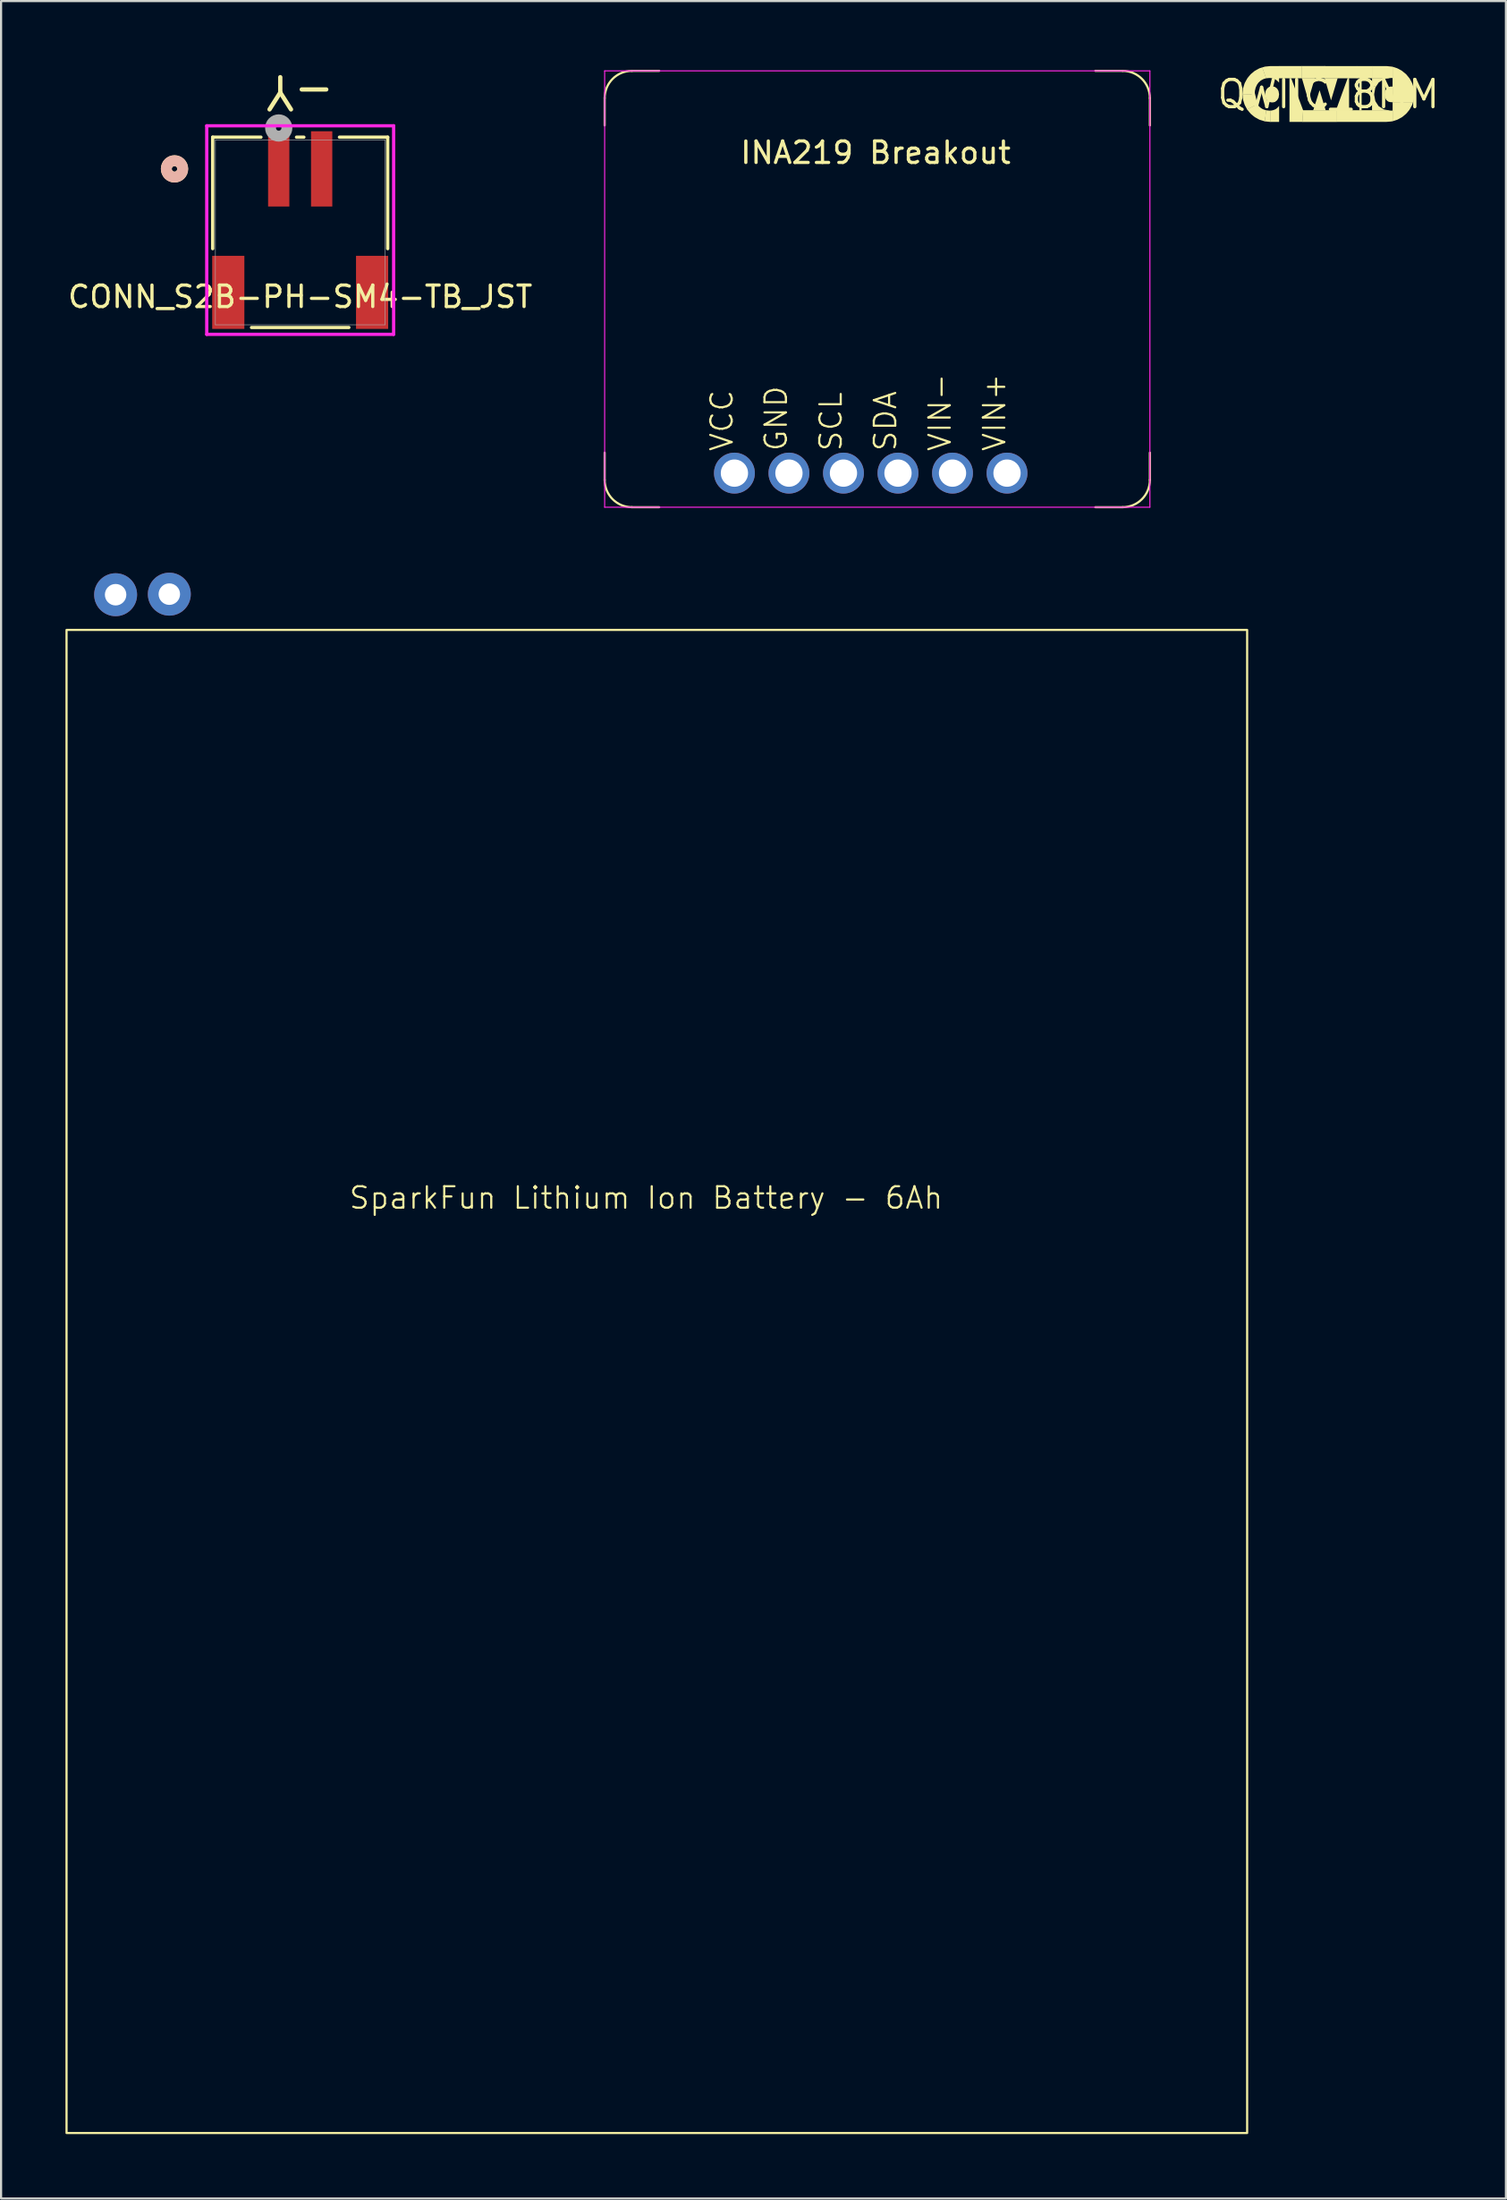
<source format=kicad_pcb>
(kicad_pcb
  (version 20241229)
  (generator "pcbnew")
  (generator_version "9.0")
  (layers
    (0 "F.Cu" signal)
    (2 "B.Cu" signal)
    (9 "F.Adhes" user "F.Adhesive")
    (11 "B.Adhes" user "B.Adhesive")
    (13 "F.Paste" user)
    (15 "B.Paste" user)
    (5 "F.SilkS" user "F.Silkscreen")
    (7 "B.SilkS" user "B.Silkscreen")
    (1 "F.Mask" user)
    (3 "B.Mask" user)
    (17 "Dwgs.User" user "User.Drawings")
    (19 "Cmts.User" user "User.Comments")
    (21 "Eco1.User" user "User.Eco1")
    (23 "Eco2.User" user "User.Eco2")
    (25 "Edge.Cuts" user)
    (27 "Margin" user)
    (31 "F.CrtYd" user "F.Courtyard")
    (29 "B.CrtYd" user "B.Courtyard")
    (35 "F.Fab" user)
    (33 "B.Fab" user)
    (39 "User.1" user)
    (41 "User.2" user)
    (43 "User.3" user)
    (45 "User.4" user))
  (footprint "QWIIC_8MM"
    (layer "F.Cu")
    (at 58.838 1.338)
    (property "Reference" "QWIIC_8MM" (at 0 0 0) (layer "F.SilkS") (effects (font (size 1.27 1.27) (thickness 0.15))))
    (fp_poly (pts (xy 0.121 0.286) (xy -0.179 -0.75) (xy 0.429 -0.75)) (stroke (width 0) (type default)) (fill yes) (layer "F.SilkS"))
    (fp_poly (pts (xy -1.231 -0.741) (xy -2.309 -0.741) (xy -2.309 -1.312) (xy -1.231 -1.312)) (stroke (width 0) (type default)) (fill yes) (layer "F.SilkS"))
    (fp_poly (pts (xy -0.939 0.284) (xy -1.144 -0.424) (xy -1.239 -0.751) (xy -0.637 -0.751)) (stroke (width 0) (type default)) (fill yes) (layer "F.SilkS"))
    (fp_poly (pts (xy -0.407 -0.169) (xy -0.127 0.754) (xy -0.712 0.754) (xy -0.417 -0.179)) (stroke (width 0) (type default)) (fill yes) (layer "F.SilkS"))
    (fp_poly (pts (xy 1.546 0.755) (xy 1.441 0.755) (xy 1.441 -0.752) (xy 1.546 -0.752)) (stroke (width 0) (type default)) (fill yes) (layer "F.SilkS"))
    (fp_poly (pts (xy 2.037 -0.742) (xy 1.315 -0.742) (xy 1.314 -1.311) (xy 2.036 -1.311)) (stroke (width 0) (type default)) (fill yes) (layer "F.SilkS"))
    (fp_poly (pts (xy -0.172 -1.311) (xy 1.325 -1.311) (xy 1.325 -0.741) (xy -0.183 -0.741) (xy -0.183 -1.338)) (stroke (width 0) (type default)) (fill yes) (layer "F.SilkS"))
    (fp_poly (pts (xy 0.371 1.291) (xy -1.218 1.291) (xy -1.19 0.75) (xy -1.186 0.746) (xy 0.371 0.746)) (stroke (width 0) (type default)) (fill yes) (layer "F.SilkS"))
    (fp_poly (pts (xy 0.961 -0.751) (xy 0.961 0.757) (xy 0.347 0.757) (xy 0.894 -0.748) (xy 0.897 -0.752)) (stroke (width 0) (type default)) (fill yes) (layer "F.SilkS"))
    (fp_poly (pts (xy -0.168 -0.742) (xy -1.24 -0.742) (xy -1.24 -1.3) (xy -1.244 -1.3) (xy -1.244 -1.312) (xy -0.173 -1.312)) (stroke (width 0) (type default)) (fill yes) (layer "F.SilkS"))
    (fp_poly (pts (xy -2.746 0.765) (xy -2.705 0.763) (xy -2.705 0.776) (xy -2.706 0.776) (xy -2.706 1.291) (xy -2.973 1.263) (xy -2.905 0.748)) (stroke (width 0) (type default)) (fill yes) (layer "F.SilkS"))
    (fp_poly (pts (xy -1.179 0.75) (xy -1.208 1.29) (xy -1.816 1.29) (xy -1.816 0.74) (xy -1.815 0.467) (xy -1.816 0.111) (xy -1.816 -0.749) (xy -1.737 -0.749)) (stroke (width 0) (type default)) (fill yes) (layer "F.SilkS"))
    (fp_poly (pts (xy 2.996 -0.315) (xy 3.963 -0.316) (xy 3.974 -0.279) (xy 4.002 -0.02) (xy 3.977 0.24) (xy 3.937 0.377) (xy 2.987 0.378) (xy 2.987 -0.32)) (stroke (width 0) (type default)) (fill yes) (layer "F.SilkS"))
    (fp_poly (pts (xy 2.806 -0.741) (xy 2.613 -0.708) (xy 2.562 -0.689) (xy 2.343 -0.547) (xy 2.222 -0.367) (xy 2.03 -0.367) (xy 2.03 -0.747) (xy 2.035 -0.752) (xy 2.805 -0.752)) (stroke (width 0) (type default)) (fill yes) (layer "F.SilkS"))
    (fp_poly (pts (xy 2.942 -1.287) (xy 2.995 -1.276) (xy 2.996 -0.756) (xy 2.92 -0.756) (xy 2.867 -0.752) (xy 2.804 -0.741) (xy 2.027 -0.741) (xy 2.027 -1.311) (xy 2.706 -1.311)) (stroke (width 0) (type default)) (fill yes) (layer "F.SilkS"))
    (fp_poly (pts (xy -3.426 0.164) (xy -3.388 0.313) (xy -3.312 0.469) (xy -3.786 0.715) (xy -3.812 0.666) (xy -3.842 0.612) (xy -3.883 0.537) (xy -3.91 0.478) (xy -3.911 0.475) (xy -3.973 0.277) (xy -3.983 0.221) (xy -4.005 0.011) (xy -3.438 -0.001)) (stroke (width 0) (type default)) (fill yes) (layer "F.SilkS"))
    (fp_poly (pts (xy 2.047 0.745) (xy 2.783 0.745) (xy 2.849 0.756) (xy 2.883 0.761) (xy 2.914 0.762) (xy 3 0.762) (xy 3 1.253) (xy 2.94 1.268) (xy 2.687 1.29) (xy 0.362 1.29) (xy 0.362 0.751) (xy 0.362 0.744) (xy 1.587 0.744)) (stroke (width 0) (type default)) (fill yes) (layer "F.SilkS"))
    (fp_poly (pts (xy 2.997 -1.275) (xy 3.18 -1.218) (xy 3.236 -1.194) (xy 3.42 -1.093) (xy 3.615 -0.935) (xy 3.693 -0.842) (xy 3.782 -0.732) (xy 3.822 -0.661) (xy 3.871 -0.571) (xy 3.907 -0.494) (xy 3.966 -0.306) (xy 2.986 -0.305) (xy 2.987 -0.745) (xy 2.987 -1.285)) (stroke (width 0) (type default)) (fill yes) (layer "F.SilkS"))
    (fp_poly (pts (xy 2.228 -0.377) (xy 2.201 -0.331) (xy 2.178 -0.283) (xy 2.133 -0.025) (xy 2.13 0.026) (xy 2.176 0.284) (xy 2.194 0.337) (xy 2.337 0.556) (xy 2.561 0.697) (xy 2.61 0.715) (xy 2.799 0.747) (xy 2.798 0.758) (xy 2.03 0.758) (xy 2.03 -0.378) (xy 2.037 -0.378)) (stroke (width 0) (type default)) (fill yes) (layer "F.SilkS"))
    (fp_poly (pts (xy 3.9 0.497) (xy 3.827 0.631) (xy 3.799 0.683) (xy 3.77 0.73) (xy 3.727 0.782) (xy 3.639 0.889) (xy 3.604 0.923) (xy 3.566 0.955) (xy 3.436 1.063) (xy 3.244 1.169) (xy 3.196 1.192) (xy 2.989 1.257) (xy 2.989 0.371) (xy 2.993 0.367) (xy 3.94 0.367)) (stroke (width 0) (type default)) (fill yes) (layer "F.SilkS"))
    (fp_poly (pts (xy 2.994 -0.356) (xy 2.997 -0.349) (xy 2.996 0.374) (xy 2.939 0.373) (xy 2.894 0.368) (xy 2.834 0.357) (xy 2.783 0.341) (xy 2.696 0.272) (xy 2.649 0.185) (xy 2.631 0.128) (xy 2.614 0.017) (xy 2.633 -0.135) (xy 2.68 -0.228) (xy 2.716 -0.274) (xy 2.801 -0.336) (xy 2.903 -0.359)) (stroke (width 0) (type default)) (fill yes) (layer "F.SilkS"))
    (fp_poly (pts (xy -2.3 -0.543) (xy -2.348 -0.59) (xy -2.378 -0.619) (xy -2.417 -0.65) (xy -2.449 -0.675) (xy -2.492 -0.698) (xy -2.542 -0.719) (xy -2.586 -0.734) (xy -2.608 -0.739) (xy -2.645 -0.746) (xy -2.698 -0.753) (xy -2.746 -0.756) (xy -2.906 -0.742) (xy -2.912 -0.748) (xy -3.087 -1.247) (xy -2.958 -1.286) (xy -2.7 -1.311) (xy -2.3 -1.311)) (stroke (width 0) (type default)) (fill yes) (layer "F.SilkS"))
    (fp_poly (pts (xy -2.299 1.29) (xy -2.715 1.29) (xy -2.715 0.764) (xy -2.685 0.763) (xy -2.66 0.759) (xy -2.615 0.751) (xy -2.582 0.743) (xy -2.549 0.732) (xy -2.514 0.719) (xy -2.489 0.708) (xy -2.451 0.688) (xy -2.43 0.673) (xy -2.408 0.657) (xy -2.386 0.637) (xy -2.354 0.607) (xy -2.331 0.582) (xy -2.318 0.567) (xy -2.299 0.543)) (stroke (width 0) (type default)) (fill yes) (layer "F.SilkS"))
    (fp_poly (pts (xy -3.257 0.542) (xy -3.205 0.593) (xy -3.141 0.647) (xy -3.104 0.668) (xy -3.053 0.697) (xy -2.996 0.719) (xy -2.938 0.737) (xy -2.902 0.748) (xy -2.897 0.753) (xy -2.964 1.265) (xy -3.14 1.21) (xy -3.174 1.2) (xy -3.227 1.181) (xy -3.408 1.081) (xy -3.451 1.052) (xy -3.484 1.027) (xy -3.575 0.951) (xy -3.618 0.915) (xy -3.694 0.826) (xy -3.764 0.74) (xy -3.792 0.706) (xy -3.315 0.462)) (stroke (width 0) (type default)) (fill yes) (layer "F.SilkS"))
    (fp_poly (pts (xy -2.497 -0.342) (xy -2.413 -0.282) (xy -2.378 -0.243) (xy -2.325 -0.149) (xy -2.3 0.005) (xy -2.323 0.162) (xy -2.375 0.256) (xy -2.409 0.297) (xy -2.493 0.361) (xy -2.594 0.382) (xy -2.651 0.382) (xy -2.755 0.359) (xy -2.837 0.302) (xy -2.875 0.26) (xy -2.926 0.167) (xy -2.952 0.014) (xy -2.929 -0.142) (xy -2.878 -0.236) (xy -2.844 -0.277) (xy -2.762 -0.339) (xy -2.762 -0.342) (xy -2.657 -0.361) (xy -2.602 -0.363)) (stroke (width 0) (type default)) (fill yes) (layer "F.SilkS"))
    (fp_poly (pts (xy -2.901 -0.744) (xy -3.009 -0.712) (xy -3.068 -0.685) (xy -3.148 -0.64) (xy -3.191 -0.604) (xy -3.263 -0.536) (xy -3.327 -0.446) (xy -3.391 -0.307) (xy -3.427 -0.153) (xy -3.437 0.011) (xy -4.005 0.022) (xy -4.005 0.015) (xy -4.003 -0.049) (xy -3.996 -0.115) (xy -3.982 -0.244) (xy -3.964 -0.322) (xy -3.922 -0.457) (xy -3.903 -0.515) (xy -3.85 -0.616) (xy -3.794 -0.715) (xy -3.771 -0.753) (xy -3.719 -0.817) (xy -3.652 -0.897) (xy -3.608 -0.944) (xy -3.522 -1.015) (xy -3.442 -1.082) (xy -3.35 -1.134) (xy -3.217 -1.207) (xy -3.079 -1.251)) (stroke (width 0) (type default)) (fill yes) (layer "F.SilkS")))
  (footprint "INA219 Breakout"
    (layer "F.Cu")
    (at 25.119 0.25)
    (property "Reference" "INA219 Breakout" (at 12.624 3.81 0) (layer "F.SilkS") (effects (font (size 1 1) (thickness 0.15))))
    (attr through_hole)
    (fp_line (start 0 1.27) (end 0 2.54) (stroke (width 0.1) (type default)) (layer "F.SilkS"))
    (fp_line (start 0 19.05) (end 0 17.78) (stroke (width 0.1) (type default)) (layer "F.SilkS"))
    (fp_line (start 1.27 0) (end 2.54 0) (stroke (width 0.1) (type default)) (layer "F.SilkS"))
    (fp_line (start 1.27 20.32) (end 2.54 20.32) (stroke (width 0.1) (type default)) (layer "F.SilkS"))
    (fp_line (start 22.86 20.32) (end 24.13 20.32) (stroke (width 0.1) (type default)) (layer "F.SilkS"))
    (fp_line (start 24.13 0) (end 22.86 0) (stroke (width 0.1) (type default)) (layer "F.SilkS"))
    (fp_line (start 25.4 1.27) (end 25.4 2.54) (stroke (width 0.1) (type default)) (layer "F.SilkS"))
    (fp_line (start 25.4 19.05) (end 25.4 17.78) (stroke (width 0.1) (type default)) (layer "F.SilkS"))
    (fp_arc (start 0 1.27) (mid 0.371974 0.371974) (end 1.27 0) (stroke (width 0.1) (type default)) (layer "F.SilkS"))
    (fp_arc (start 1.27 20.32) (mid 0.371974 19.948026) (end 0 19.05) (stroke (width 0.1) (type default)) (layer "F.SilkS"))
    (fp_arc (start 24.13 0) (mid 25.028026 0.371974) (end 25.4 1.27) (stroke (width 0.1) (type default)) (layer "F.SilkS"))
    (fp_arc (start 25.4 19.05) (mid 25.028026 19.948026) (end 24.13 20.32) (stroke (width 0.1) (type default)) (layer "F.SilkS"))
    (fp_rect (start 0 0) (end 0 20.32) (stroke (width 0.05) (type default)) (fill no) (layer "F.CrtYd"))
    (fp_rect (start 0 0) (end 25.4 0) (stroke (width 0.05) (type default)) (fill no) (layer "F.CrtYd"))
    (fp_rect (start 25.4 20.32) (end 0 20.32) (stroke (width 0.05) (type default)) (fill no) (layer "F.CrtYd"))
    (fp_rect (start 25.4 20.32) (end 25.4 0) (stroke (width 0.05) (type default)) (fill no) (layer "F.CrtYd"))
    (fp_text user "VCC" (at 6.045 17.78 90) (unlocked yes) (layer "F.SilkS") (effects (font (size 1 1) (thickness 0.1)) (justify left bottom)))
    (fp_text user "VIN-" (at 16.205 17.78 90) (unlocked yes) (layer "F.SilkS") (effects (font (size 1 1) (thickness 0.1)) (justify left bottom)))
    (fp_text user "SCL" (at 11.125 17.78 90) (unlocked yes) (layer "F.SilkS") (effects (font (size 1 1) (thickness 0.1)) (justify left bottom)))
    (fp_text user "SDA" (at 13.665 17.78 90) (unlocked yes) (layer "F.SilkS") (effects (font (size 1 1) (thickness 0.1)) (justify left bottom)))
    (fp_text user "GND" (at 8.572 17.78 90) (unlocked yes) (layer "F.SilkS") (effects (font (size 1 1) (thickness 0.1)) (justify left bottom)))
    (fp_text user "VIN+" (at 18.745 17.78 90) (unlocked yes) (layer "F.SilkS") (effects (font (size 1 1) (thickness 0.1)) (justify left bottom)))
    (pad "1" thru_hole circle (at 6.045 18.733) (size 1.905 1.905) (drill 1.27) (layers "*.Cu" "*.Mask"))
    (pad "2" thru_hole circle (at 8.585 18.733) (size 1.905 1.905) (drill 1.27) (layers "*.Cu" "*.Mask"))
    (pad "3" thru_hole circle (at 11.125 18.733) (size 1.905 1.905) (drill 1.27) (layers "*.Cu" "*.Mask"))
    (pad "4" thru_hole circle (at 13.665 18.733) (size 1.905 1.905) (drill 1.27) (layers "*.Cu" "*.Mask"))
    (pad "5" thru_hole circle (at 16.205 18.733) (size 1.905 1.905) (drill 1.27) (layers "*.Cu" "*.Mask"))
    (pad "6" thru_hole circle (at 18.745 18.733) (size 1.905 1.905) (drill 1.27) (layers "*.Cu" "*.Mask")))
  (footprint "SparkFun Lithium Ion Battery - 6Ah"
    (layer "F.Cu")
    (at 27.05 61.285)
    (property "Reference" "SparkFun Lithium Ion Battery - 6Ah" (at 0 -8.55 0) (unlocked yes) (layer "F.SilkS") (effects (font (size 1 1) (thickness 0.1))))
    (attr smd)
    (fp_rect (start -27 -35) (end 28 35) (stroke (width 0.1) (type default)) (fill no) (layer "F.SilkS"))
    (pad "1" thru_hole circle (at -24.714 -36.639) (size 2 2) (drill 1) (layers "*.Cu" "*.Mask"))
    (pad "2" thru_hole circle (at -22.212 -36.665) (size 2 2) (drill 1) (layers "*.Cu" "*.Mask")))
  (footprint "CONN_S2B-PH-SM4-TB_JST"
    (layer "F.Cu")
    (at 10.935 7.77)
    (property "Reference" "CONN_S2B-PH-SM4-TB_JST" (at 0 3 0) (unlocked yes) (layer "F.SilkS") (effects (font (size 1 1) (thickness 0.15))))
    (attr smd)
    (fp_line (start -4.077 -4.432) (end -4.077 0.76) (stroke (width 0.152) (type solid)) (layer "F.SilkS"))
    (fp_line (start -2.268 4.432) (end 2.268 4.432) (stroke (width 0.152) (type solid)) (layer "F.SilkS"))
    (fp_line (start -1.828 -4.432) (end -4.077 -4.432) (stroke (width 0.152) (type solid)) (layer "F.SilkS"))
    (fp_line (start 0.172 -4.432) (end -0.172 -4.432) (stroke (width 0.152) (type solid)) (layer "F.SilkS"))
    (fp_line (start 4.077 -4.432) (end 1.828 -4.432) (stroke (width 0.152) (type solid)) (layer "F.SilkS"))
    (fp_line (start 4.077 0.76) (end 4.077 -4.432) (stroke (width 0.152) (type solid)) (layer "F.SilkS"))
    (fp_circle (center -5.855 -2.955) (end -5.474 -2.955) (stroke (width 0.508) (type solid)) (fill no) (layer "F.SilkS"))
    (fp_circle (center -5.855 -2.955) (end -5.474 -2.955) (stroke (width 0.508) (type solid)) (fill no) (layer "B.SilkS"))
    (fp_line (start -4.353 -4.962) (end -4.353 4.751) (stroke (width 0.152) (type solid)) (layer "F.CrtYd"))
    (fp_line (start -4.353 4.751) (end 4.353 4.751) (stroke (width 0.152) (type solid)) (layer "F.CrtYd"))
    (fp_line (start 4.353 -4.962) (end -4.353 -4.962) (stroke (width 0.152) (type solid)) (layer "F.CrtYd"))
    (fp_line (start 4.353 4.751) (end 4.353 -4.962) (stroke (width 0.152) (type solid)) (layer "F.CrtYd"))
    (fp_line (start -3.95 -4.305) (end -3.95 4.305) (stroke (width 0.025) (type solid)) (layer "F.Fab"))
    (fp_line (start -3.95 4.305) (end 3.95 4.305) (stroke (width 0.025) (type solid)) (layer "F.Fab"))
    (fp_line (start 3.95 -4.305) (end -3.95 -4.305) (stroke (width 0.025) (type solid)) (layer "F.Fab"))
    (fp_line (start 3.95 4.305) (end 3.95 -4.305) (stroke (width 0.025) (type solid)) (layer "F.Fab"))
    (fp_circle (center -1 -4.86) (end -0.619 -4.86) (stroke (width 0.508) (type solid)) (fill no) (layer "F.Fab"))
    (fp_text user "-Y" (at -0.000001 -6.542 180) (unlocked yes) (layer "F.SilkS") (effects (font (size 1.5 1.5) (thickness 0.2))))
    (pad "1" smd rect (at -1 -2.955) (size 0.991 3.505) (layers "F.Cu" "F.Mask" "F.Paste"))
    (pad "2" smd rect (at 1 -2.955) (size 0.991 3.505) (layers "F.Cu" "F.Mask" "F.Paste"))
    (pad "3" smd rect (at -3.35 2.795) (size 1.499 3.404) (layers "F.Cu" "F.Mask" "F.Paste"))
    (pad "4" smd rect (at 3.35 2.795) (size 1.499 3.404) (layers "F.Cu" "F.Mask" "F.Paste")))
  (gr_rect
    (start -3 -3)
    (end 67.106 99.335)
    (stroke (width 0.1) (type default))
    (fill no)
    (layer "Edge.Cuts")))
</source>
